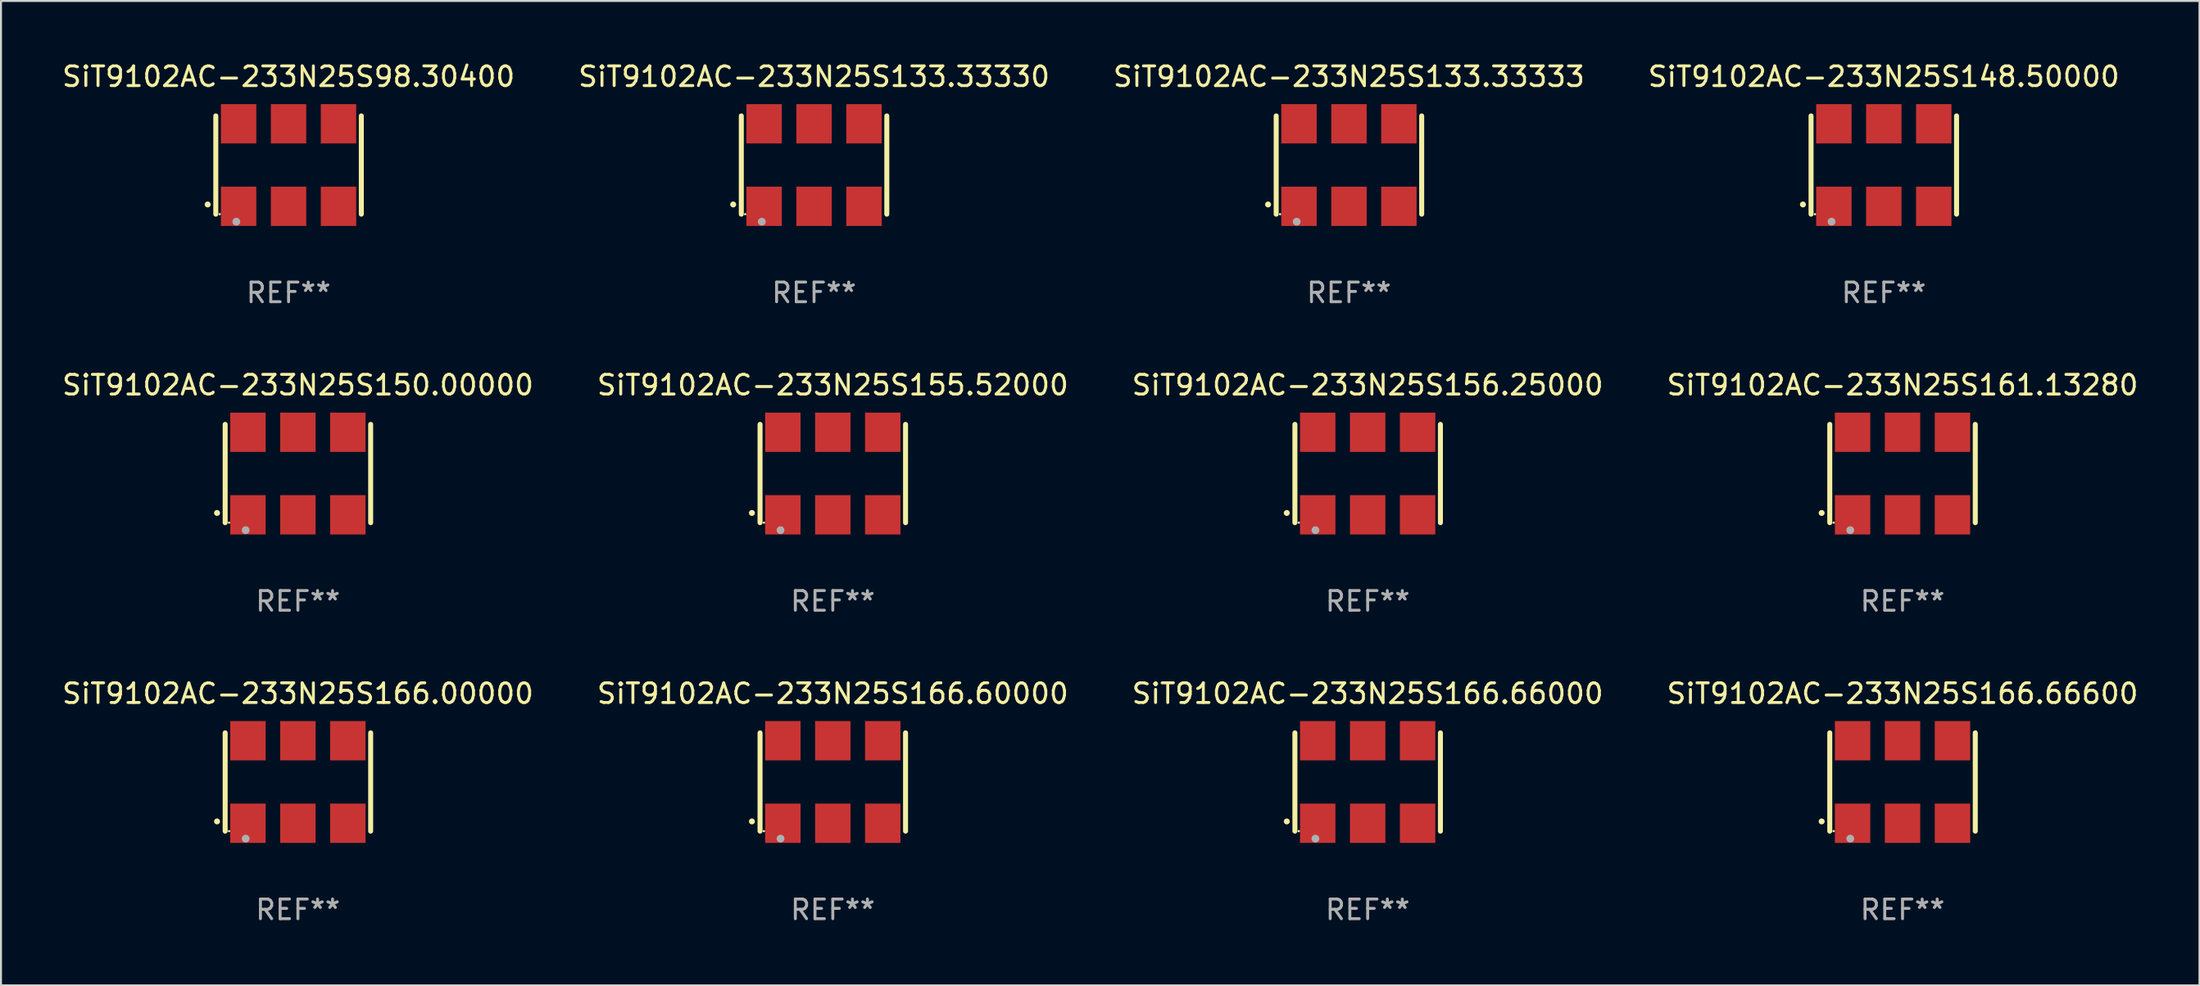
<source format=kicad_pcb>
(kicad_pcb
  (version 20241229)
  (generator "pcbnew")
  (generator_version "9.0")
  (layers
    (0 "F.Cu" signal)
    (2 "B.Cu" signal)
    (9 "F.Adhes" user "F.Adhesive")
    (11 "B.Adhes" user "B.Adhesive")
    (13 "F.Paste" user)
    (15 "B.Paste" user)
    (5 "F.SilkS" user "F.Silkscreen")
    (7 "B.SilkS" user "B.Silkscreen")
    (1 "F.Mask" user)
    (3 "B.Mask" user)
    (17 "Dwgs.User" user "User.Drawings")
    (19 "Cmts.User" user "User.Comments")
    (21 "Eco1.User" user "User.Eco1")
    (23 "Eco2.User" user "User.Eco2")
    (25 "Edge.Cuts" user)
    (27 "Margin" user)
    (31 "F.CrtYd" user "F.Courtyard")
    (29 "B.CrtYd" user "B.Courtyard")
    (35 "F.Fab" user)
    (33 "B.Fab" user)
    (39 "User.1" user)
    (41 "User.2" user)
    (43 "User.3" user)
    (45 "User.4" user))
  (footprint "SiT9102AC-233N25S166.66600"
    (layer "F.Cu")
    (at 93.708 36.741)
    (property "Reference" "SiT9102AC-233N25S166.66600" (at 0 -4.5 0) (layer "F.SilkS") (effects (font (size 1 1) (thickness 0.15))))
    (attr through_hole)
    (fp_line (start -3.7 -2.5) (end -3.7 2.5) (stroke (width 0.254) (type solid)) (layer "F.SilkS"))
    (fp_line (start 3.7 -2.5) (end 3.7 2.5) (stroke (width 0.254) (type solid)) (layer "F.SilkS"))
    (fp_arc (start -4.114415 2.006604) (mid -4.113145 2.006599) (end -4.111875 2.006604) (stroke (width 0.3) (type solid)) (layer "F.SilkS"))
    (fp_circle (center -3.502 2.5) (end -3.472 2.5) (stroke (width 0.06) (type solid)) (fill no) (layer "F.SilkS"))
    (fp_circle (center -2.657 2.882) (end -2.557 2.882) (stroke (width 0.2) (type solid)) (fill no) (layer "F.Fab"))
    (fp_text user "REF**" (at 0 6.5 0) (layer "F.Fab") (effects (font (size 1 1) (thickness 0.15))))
    (pad "1" smd rect (at -2.54 2.1) (size 1.8 2) (layers "F.Cu" "F.Mask" "F.Paste"))
    (pad "2" smd rect (at 0.000394 2.1) (size 1.8 2) (layers "F.Cu" "F.Mask" "F.Paste"))
    (pad "3" smd rect (at 2.54 2.1) (size 1.8 2) (layers "F.Cu" "F.Mask" "F.Paste"))
    (pad "4" smd rect (at 2.54 -2.1) (size 1.8 2) (layers "F.Cu" "F.Mask" "F.Paste"))
    (pad "5" smd rect (at 0.000394 -2.1) (size 1.8 2) (layers "F.Cu" "F.Mask" "F.Paste"))
    (pad "6" smd rect (at -2.54 -2.1) (size 1.8 2) (layers "F.Cu" "F.Mask" "F.Paste")))
  (footprint "SiT9102AC-233N25S161.13280"
    (layer "F.Cu")
    (at 93.708 21.045)
    (property "Reference" "SiT9102AC-233N25S161.13280" (at 0 -4.5 0) (layer "F.SilkS") (effects (font (size 1 1) (thickness 0.15))))
    (attr through_hole)
    (fp_line (start -3.7 -2.5) (end -3.7 2.5) (stroke (width 0.254) (type solid)) (layer "F.SilkS"))
    (fp_line (start 3.7 -2.5) (end 3.7 2.5) (stroke (width 0.254) (type solid)) (layer "F.SilkS"))
    (fp_arc (start -4.114415 2.006604) (mid -4.113145 2.006599) (end -4.111875 2.006604) (stroke (width 0.3) (type solid)) (layer "F.SilkS"))
    (fp_circle (center -3.502 2.5) (end -3.472 2.5) (stroke (width 0.06) (type solid)) (fill no) (layer "F.SilkS"))
    (fp_circle (center -2.657 2.882) (end -2.557 2.882) (stroke (width 0.2) (type solid)) (fill no) (layer "F.Fab"))
    (fp_text user "REF**" (at 0 6.5 0) (layer "F.Fab") (effects (font (size 1 1) (thickness 0.15))))
    (pad "1" smd rect (at -2.54 2.1) (size 1.8 2) (layers "F.Cu" "F.Mask" "F.Paste"))
    (pad "2" smd rect (at 0.000394 2.1) (size 1.8 2) (layers "F.Cu" "F.Mask" "F.Paste"))
    (pad "3" smd rect (at 2.54 2.1) (size 1.8 2) (layers "F.Cu" "F.Mask" "F.Paste"))
    (pad "4" smd rect (at 2.54 -2.1) (size 1.8 2) (layers "F.Cu" "F.Mask" "F.Paste"))
    (pad "5" smd rect (at 0.000394 -2.1) (size 1.8 2) (layers "F.Cu" "F.Mask" "F.Paste"))
    (pad "6" smd rect (at -2.54 -2.1) (size 1.8 2) (layers "F.Cu" "F.Mask" "F.Paste")))
  (footprint "SiT9102AC-233N25S150.00000"
    (layer "F.Cu")
    (at 12.101 21.045)
    (property "Reference" "SiT9102AC-233N25S150.00000" (at 0 -4.5 0) (layer "F.SilkS") (effects (font (size 1 1) (thickness 0.15))))
    (attr through_hole)
    (fp_line (start -3.7 -2.5) (end -3.7 2.5) (stroke (width 0.254) (type solid)) (layer "F.SilkS"))
    (fp_line (start 3.7 -2.5) (end 3.7 2.5) (stroke (width 0.254) (type solid)) (layer "F.SilkS"))
    (fp_arc (start -4.114415 2.006604) (mid -4.113145 2.006599) (end -4.111875 2.006604) (stroke (width 0.3) (type solid)) (layer "F.SilkS"))
    (fp_circle (center -3.502 2.5) (end -3.472 2.5) (stroke (width 0.06) (type solid)) (fill no) (layer "F.SilkS"))
    (fp_circle (center -2.657 2.882) (end -2.557 2.882) (stroke (width 0.2) (type solid)) (fill no) (layer "F.Fab"))
    (fp_text user "REF**" (at 0 6.5 0) (layer "F.Fab") (effects (font (size 1 1) (thickness 0.15))))
    (pad "1" smd rect (at -2.54 2.1) (size 1.8 2) (layers "F.Cu" "F.Mask" "F.Paste"))
    (pad "2" smd rect (at 0.000394 2.1) (size 1.8 2) (layers "F.Cu" "F.Mask" "F.Paste"))
    (pad "3" smd rect (at 2.54 2.1) (size 1.8 2) (layers "F.Cu" "F.Mask" "F.Paste"))
    (pad "4" smd rect (at 2.54 -2.1) (size 1.8 2) (layers "F.Cu" "F.Mask" "F.Paste"))
    (pad "5" smd rect (at 0.000394 -2.1) (size 1.8 2) (layers "F.Cu" "F.Mask" "F.Paste"))
    (pad "6" smd rect (at -2.54 -2.1) (size 1.8 2) (layers "F.Cu" "F.Mask" "F.Paste")))
  (footprint "SiT9102AC-233N25S148.50000"
    (layer "F.Cu")
    (at 92.756 5.348)
    (property "Reference" "SiT9102AC-233N25S148.50000" (at 0 -4.5 0) (layer "F.SilkS") (effects (font (size 1 1) (thickness 0.15))))
    (attr through_hole)
    (fp_line (start -3.7 -2.5) (end -3.7 2.5) (stroke (width 0.254) (type solid)) (layer "F.SilkS"))
    (fp_line (start 3.7 -2.5) (end 3.7 2.5) (stroke (width 0.254) (type solid)) (layer "F.SilkS"))
    (fp_arc (start -4.114415 2.006604) (mid -4.113145 2.006599) (end -4.111875 2.006604) (stroke (width 0.3) (type solid)) (layer "F.SilkS"))
    (fp_circle (center -3.502 2.5) (end -3.472 2.5) (stroke (width 0.06) (type solid)) (fill no) (layer "F.SilkS"))
    (fp_circle (center -2.657 2.882) (end -2.557 2.882) (stroke (width 0.2) (type solid)) (fill no) (layer "F.Fab"))
    (fp_text user "REF**" (at 0 6.5 0) (layer "F.Fab") (effects (font (size 1 1) (thickness 0.15))))
    (pad "1" smd rect (at -2.54 2.1) (size 1.8 2) (layers "F.Cu" "F.Mask" "F.Paste"))
    (pad "2" smd rect (at 0.000394 2.1) (size 1.8 2) (layers "F.Cu" "F.Mask" "F.Paste"))
    (pad "3" smd rect (at 2.54 2.1) (size 1.8 2) (layers "F.Cu" "F.Mask" "F.Paste"))
    (pad "4" smd rect (at 2.54 -2.1) (size 1.8 2) (layers "F.Cu" "F.Mask" "F.Paste"))
    (pad "5" smd rect (at 0.000394 -2.1) (size 1.8 2) (layers "F.Cu" "F.Mask" "F.Paste"))
    (pad "6" smd rect (at -2.54 -2.1) (size 1.8 2) (layers "F.Cu" "F.Mask" "F.Paste")))
  (footprint "SiT9102AC-233N25S155.52000"
    (layer "F.Cu")
    (at 39.304 21.045)
    (property "Reference" "SiT9102AC-233N25S155.52000" (at 0 -4.5 0) (layer "F.SilkS") (effects (font (size 1 1) (thickness 0.15))))
    (attr through_hole)
    (fp_line (start -3.7 -2.5) (end -3.7 2.5) (stroke (width 0.254) (type solid)) (layer "F.SilkS"))
    (fp_line (start 3.7 -2.5) (end 3.7 2.5) (stroke (width 0.254) (type solid)) (layer "F.SilkS"))
    (fp_arc (start -4.114415 2.006604) (mid -4.113145 2.006599) (end -4.111875 2.006604) (stroke (width 0.3) (type solid)) (layer "F.SilkS"))
    (fp_circle (center -3.502 2.5) (end -3.472 2.5) (stroke (width 0.06) (type solid)) (fill no) (layer "F.SilkS"))
    (fp_circle (center -2.657 2.882) (end -2.557 2.882) (stroke (width 0.2) (type solid)) (fill no) (layer "F.Fab"))
    (fp_text user "REF**" (at 0 6.5 0) (layer "F.Fab") (effects (font (size 1 1) (thickness 0.15))))
    (pad "1" smd rect (at -2.54 2.1) (size 1.8 2) (layers "F.Cu" "F.Mask" "F.Paste"))
    (pad "2" smd rect (at 0.000394 2.1) (size 1.8 2) (layers "F.Cu" "F.Mask" "F.Paste"))
    (pad "3" smd rect (at 2.54 2.1) (size 1.8 2) (layers "F.Cu" "F.Mask" "F.Paste"))
    (pad "4" smd rect (at 2.54 -2.1) (size 1.8 2) (layers "F.Cu" "F.Mask" "F.Paste"))
    (pad "5" smd rect (at 0.000394 -2.1) (size 1.8 2) (layers "F.Cu" "F.Mask" "F.Paste"))
    (pad "6" smd rect (at -2.54 -2.1) (size 1.8 2) (layers "F.Cu" "F.Mask" "F.Paste")))
  (footprint "SiT9102AC-233N25S133.33333"
    (layer "F.Cu")
    (at 65.554 5.348)
    (property "Reference" "SiT9102AC-233N25S133.33333" (at 0 -4.5 0) (layer "F.SilkS") (effects (font (size 1 1) (thickness 0.15))))
    (attr through_hole)
    (fp_line (start -3.7 -2.5) (end -3.7 2.5) (stroke (width 0.254) (type solid)) (layer "F.SilkS"))
    (fp_line (start 3.7 -2.5) (end 3.7 2.5) (stroke (width 0.254) (type solid)) (layer "F.SilkS"))
    (fp_arc (start -4.114415 2.006604) (mid -4.113145 2.006599) (end -4.111875 2.006604) (stroke (width 0.3) (type solid)) (layer "F.SilkS"))
    (fp_circle (center -3.502 2.5) (end -3.472 2.5) (stroke (width 0.06) (type solid)) (fill no) (layer "F.SilkS"))
    (fp_circle (center -2.657 2.882) (end -2.557 2.882) (stroke (width 0.2) (type solid)) (fill no) (layer "F.Fab"))
    (fp_text user "REF**" (at 0 6.5 0) (layer "F.Fab") (effects (font (size 1 1) (thickness 0.15))))
    (pad "1" smd rect (at -2.54 2.1) (size 1.8 2) (layers "F.Cu" "F.Mask" "F.Paste"))
    (pad "2" smd rect (at 0.000394 2.1) (size 1.8 2) (layers "F.Cu" "F.Mask" "F.Paste"))
    (pad "3" smd rect (at 2.54 2.1) (size 1.8 2) (layers "F.Cu" "F.Mask" "F.Paste"))
    (pad "4" smd rect (at 2.54 -2.1) (size 1.8 2) (layers "F.Cu" "F.Mask" "F.Paste"))
    (pad "5" smd rect (at 0.000394 -2.1) (size 1.8 2) (layers "F.Cu" "F.Mask" "F.Paste"))
    (pad "6" smd rect (at -2.54 -2.1) (size 1.8 2) (layers "F.Cu" "F.Mask" "F.Paste")))
  (footprint "SiT9102AC-233N25S166.66000"
    (layer "F.Cu")
    (at 66.506 36.741)
    (property "Reference" "SiT9102AC-233N25S166.66000" (at 0 -4.5 0) (layer "F.SilkS") (effects (font (size 1 1) (thickness 0.15))))
    (attr through_hole)
    (fp_line (start -3.7 -2.5) (end -3.7 2.5) (stroke (width 0.254) (type solid)) (layer "F.SilkS"))
    (fp_line (start 3.7 -2.5) (end 3.7 2.5) (stroke (width 0.254) (type solid)) (layer "F.SilkS"))
    (fp_arc (start -4.114415 2.006604) (mid -4.113145 2.006599) (end -4.111875 2.006604) (stroke (width 0.3) (type solid)) (layer "F.SilkS"))
    (fp_circle (center -3.502 2.5) (end -3.472 2.5) (stroke (width 0.06) (type solid)) (fill no) (layer "F.SilkS"))
    (fp_circle (center -2.657 2.882) (end -2.557 2.882) (stroke (width 0.2) (type solid)) (fill no) (layer "F.Fab"))
    (fp_text user "REF**" (at 0 6.5 0) (layer "F.Fab") (effects (font (size 1 1) (thickness 0.15))))
    (pad "1" smd rect (at -2.54 2.1) (size 1.8 2) (layers "F.Cu" "F.Mask" "F.Paste"))
    (pad "2" smd rect (at 0.000394 2.1) (size 1.8 2) (layers "F.Cu" "F.Mask" "F.Paste"))
    (pad "3" smd rect (at 2.54 2.1) (size 1.8 2) (layers "F.Cu" "F.Mask" "F.Paste"))
    (pad "4" smd rect (at 2.54 -2.1) (size 1.8 2) (layers "F.Cu" "F.Mask" "F.Paste"))
    (pad "5" smd rect (at 0.000394 -2.1) (size 1.8 2) (layers "F.Cu" "F.Mask" "F.Paste"))
    (pad "6" smd rect (at -2.54 -2.1) (size 1.8 2) (layers "F.Cu" "F.Mask" "F.Paste")))
  (footprint "SiT9102AC-233N25S166.00000"
    (layer "F.Cu")
    (at 12.101 36.741)
    (property "Reference" "SiT9102AC-233N25S166.00000" (at 0 -4.5 0) (layer "F.SilkS") (effects (font (size 1 1) (thickness 0.15))))
    (attr through_hole)
    (fp_line (start -3.7 -2.5) (end -3.7 2.5) (stroke (width 0.254) (type solid)) (layer "F.SilkS"))
    (fp_line (start 3.7 -2.5) (end 3.7 2.5) (stroke (width 0.254) (type solid)) (layer "F.SilkS"))
    (fp_arc (start -4.114415 2.006604) (mid -4.113145 2.006599) (end -4.111875 2.006604) (stroke (width 0.3) (type solid)) (layer "F.SilkS"))
    (fp_circle (center -3.502 2.5) (end -3.472 2.5) (stroke (width 0.06) (type solid)) (fill no) (layer "F.SilkS"))
    (fp_circle (center -2.657 2.882) (end -2.557 2.882) (stroke (width 0.2) (type solid)) (fill no) (layer "F.Fab"))
    (fp_text user "REF**" (at 0 6.5 0) (layer "F.Fab") (effects (font (size 1 1) (thickness 0.15))))
    (pad "1" smd rect (at -2.54 2.1) (size 1.8 2) (layers "F.Cu" "F.Mask" "F.Paste"))
    (pad "2" smd rect (at 0.000394 2.1) (size 1.8 2) (layers "F.Cu" "F.Mask" "F.Paste"))
    (pad "3" smd rect (at 2.54 2.1) (size 1.8 2) (layers "F.Cu" "F.Mask" "F.Paste"))
    (pad "4" smd rect (at 2.54 -2.1) (size 1.8 2) (layers "F.Cu" "F.Mask" "F.Paste"))
    (pad "5" smd rect (at 0.000394 -2.1) (size 1.8 2) (layers "F.Cu" "F.Mask" "F.Paste"))
    (pad "6" smd rect (at -2.54 -2.1) (size 1.8 2) (layers "F.Cu" "F.Mask" "F.Paste")))
  (footprint "SiT9102AC-233N25S156.25000"
    (layer "F.Cu")
    (at 66.506 21.045)
    (property "Reference" "SiT9102AC-233N25S156.25000" (at 0 -4.5 0) (layer "F.SilkS") (effects (font (size 1 1) (thickness 0.15))))
    (attr through_hole)
    (fp_line (start -3.7 -2.5) (end -3.7 2.5) (stroke (width 0.254) (type solid)) (layer "F.SilkS"))
    (fp_line (start 3.7 -2.5) (end 3.7 2.5) (stroke (width 0.254) (type solid)) (layer "F.SilkS"))
    (fp_arc (start -4.114415 2.006604) (mid -4.113145 2.006599) (end -4.111875 2.006604) (stroke (width 0.3) (type solid)) (layer "F.SilkS"))
    (fp_circle (center -3.502 2.5) (end -3.472 2.5) (stroke (width 0.06) (type solid)) (fill no) (layer "F.SilkS"))
    (fp_circle (center -2.657 2.882) (end -2.557 2.882) (stroke (width 0.2) (type solid)) (fill no) (layer "F.Fab"))
    (fp_text user "REF**" (at 0 6.5 0) (layer "F.Fab") (effects (font (size 1 1) (thickness 0.15))))
    (pad "1" smd rect (at -2.54 2.1) (size 1.8 2) (layers "F.Cu" "F.Mask" "F.Paste"))
    (pad "2" smd rect (at 0.000394 2.1) (size 1.8 2) (layers "F.Cu" "F.Mask" "F.Paste"))
    (pad "3" smd rect (at 2.54 2.1) (size 1.8 2) (layers "F.Cu" "F.Mask" "F.Paste"))
    (pad "4" smd rect (at 2.54 -2.1) (size 1.8 2) (layers "F.Cu" "F.Mask" "F.Paste"))
    (pad "5" smd rect (at 0.000394 -2.1) (size 1.8 2) (layers "F.Cu" "F.Mask" "F.Paste"))
    (pad "6" smd rect (at -2.54 -2.1) (size 1.8 2) (layers "F.Cu" "F.Mask" "F.Paste")))
  (footprint "SiT9102AC-233N25S98.30400"
    (layer "F.Cu")
    (at 11.625 5.348)
    (property "Reference" "SiT9102AC-233N25S98.30400" (at 0 -4.5 0) (layer "F.SilkS") (effects (font (size 1 1) (thickness 0.15))))
    (attr through_hole)
    (fp_line (start -3.7 -2.5) (end -3.7 2.5) (stroke (width 0.254) (type solid)) (layer "F.SilkS"))
    (fp_line (start 3.7 -2.5) (end 3.7 2.5) (stroke (width 0.254) (type solid)) (layer "F.SilkS"))
    (fp_arc (start -4.114415 2.006604) (mid -4.113145 2.006599) (end -4.111875 2.006604) (stroke (width 0.3) (type solid)) (layer "F.SilkS"))
    (fp_circle (center -3.502 2.5) (end -3.472 2.5) (stroke (width 0.06) (type solid)) (fill no) (layer "F.SilkS"))
    (fp_circle (center -2.657 2.882) (end -2.557 2.882) (stroke (width 0.2) (type solid)) (fill no) (layer "F.Fab"))
    (fp_text user "REF**" (at 0 6.5 0) (layer "F.Fab") (effects (font (size 1 1) (thickness 0.15))))
    (pad "1" smd rect (at -2.54 2.1) (size 1.8 2) (layers "F.Cu" "F.Mask" "F.Paste"))
    (pad "2" smd rect (at 0.000394 2.1) (size 1.8 2) (layers "F.Cu" "F.Mask" "F.Paste"))
    (pad "3" smd rect (at 2.54 2.1) (size 1.8 2) (layers "F.Cu" "F.Mask" "F.Paste"))
    (pad "4" smd rect (at 2.54 -2.1) (size 1.8 2) (layers "F.Cu" "F.Mask" "F.Paste"))
    (pad "5" smd rect (at 0.000394 -2.1) (size 1.8 2) (layers "F.Cu" "F.Mask" "F.Paste"))
    (pad "6" smd rect (at -2.54 -2.1) (size 1.8 2) (layers "F.Cu" "F.Mask" "F.Paste")))
  (footprint "SiT9102AC-233N25S133.33330"
    (layer "F.Cu")
    (at 38.351 5.348)
    (property "Reference" "SiT9102AC-233N25S133.33330" (at 0 -4.5 0) (layer "F.SilkS") (effects (font (size 1 1) (thickness 0.15))))
    (attr through_hole)
    (fp_line (start -3.7 -2.5) (end -3.7 2.5) (stroke (width 0.254) (type solid)) (layer "F.SilkS"))
    (fp_line (start 3.7 -2.5) (end 3.7 2.5) (stroke (width 0.254) (type solid)) (layer "F.SilkS"))
    (fp_arc (start -4.114415 2.006604) (mid -4.113145 2.006599) (end -4.111875 2.006604) (stroke (width 0.3) (type solid)) (layer "F.SilkS"))
    (fp_circle (center -3.502 2.5) (end -3.472 2.5) (stroke (width 0.06) (type solid)) (fill no) (layer "F.SilkS"))
    (fp_circle (center -2.657 2.882) (end -2.557 2.882) (stroke (width 0.2) (type solid)) (fill no) (layer "F.Fab"))
    (fp_text user "REF**" (at 0 6.5 0) (layer "F.Fab") (effects (font (size 1 1) (thickness 0.15))))
    (pad "1" smd rect (at -2.54 2.1) (size 1.8 2) (layers "F.Cu" "F.Mask" "F.Paste"))
    (pad "2" smd rect (at 0.000394 2.1) (size 1.8 2) (layers "F.Cu" "F.Mask" "F.Paste"))
    (pad "3" smd rect (at 2.54 2.1) (size 1.8 2) (layers "F.Cu" "F.Mask" "F.Paste"))
    (pad "4" smd rect (at 2.54 -2.1) (size 1.8 2) (layers "F.Cu" "F.Mask" "F.Paste"))
    (pad "5" smd rect (at 0.000394 -2.1) (size 1.8 2) (layers "F.Cu" "F.Mask" "F.Paste"))
    (pad "6" smd rect (at -2.54 -2.1) (size 1.8 2) (layers "F.Cu" "F.Mask" "F.Paste")))
  (footprint "SiT9102AC-233N25S166.60000"
    (layer "F.Cu")
    (at 39.304 36.741)
    (property "Reference" "SiT9102AC-233N25S166.60000" (at 0 -4.5 0) (layer "F.SilkS") (effects (font (size 1 1) (thickness 0.15))))
    (attr through_hole)
    (fp_line (start -3.7 -2.5) (end -3.7 2.5) (stroke (width 0.254) (type solid)) (layer "F.SilkS"))
    (fp_line (start 3.7 -2.5) (end 3.7 2.5) (stroke (width 0.254) (type solid)) (layer "F.SilkS"))
    (fp_arc (start -4.114415 2.006604) (mid -4.113145 2.006599) (end -4.111875 2.006604) (stroke (width 0.3) (type solid)) (layer "F.SilkS"))
    (fp_circle (center -3.502 2.5) (end -3.472 2.5) (stroke (width 0.06) (type solid)) (fill no) (layer "F.SilkS"))
    (fp_circle (center -2.657 2.882) (end -2.557 2.882) (stroke (width 0.2) (type solid)) (fill no) (layer "F.Fab"))
    (fp_text user "REF**" (at 0 6.5 0) (layer "F.Fab") (effects (font (size 1 1) (thickness 0.15))))
    (pad "1" smd rect (at -2.54 2.1) (size 1.8 2) (layers "F.Cu" "F.Mask" "F.Paste"))
    (pad "2" smd rect (at 0.000394 2.1) (size 1.8 2) (layers "F.Cu" "F.Mask" "F.Paste"))
    (pad "3" smd rect (at 2.54 2.1) (size 1.8 2) (layers "F.Cu" "F.Mask" "F.Paste"))
    (pad "4" smd rect (at 2.54 -2.1) (size 1.8 2) (layers "F.Cu" "F.Mask" "F.Paste"))
    (pad "5" smd rect (at 0.000394 -2.1) (size 1.8 2) (layers "F.Cu" "F.Mask" "F.Paste"))
    (pad "6" smd rect (at -2.54 -2.1) (size 1.8 2) (layers "F.Cu" "F.Mask" "F.Paste")))
  (gr_rect
    (start -3 -3)
    (end 108.81 47.09)
    (stroke (width 0.1) (type default))
    (fill no)
    (layer "Edge.Cuts")))
</source>
